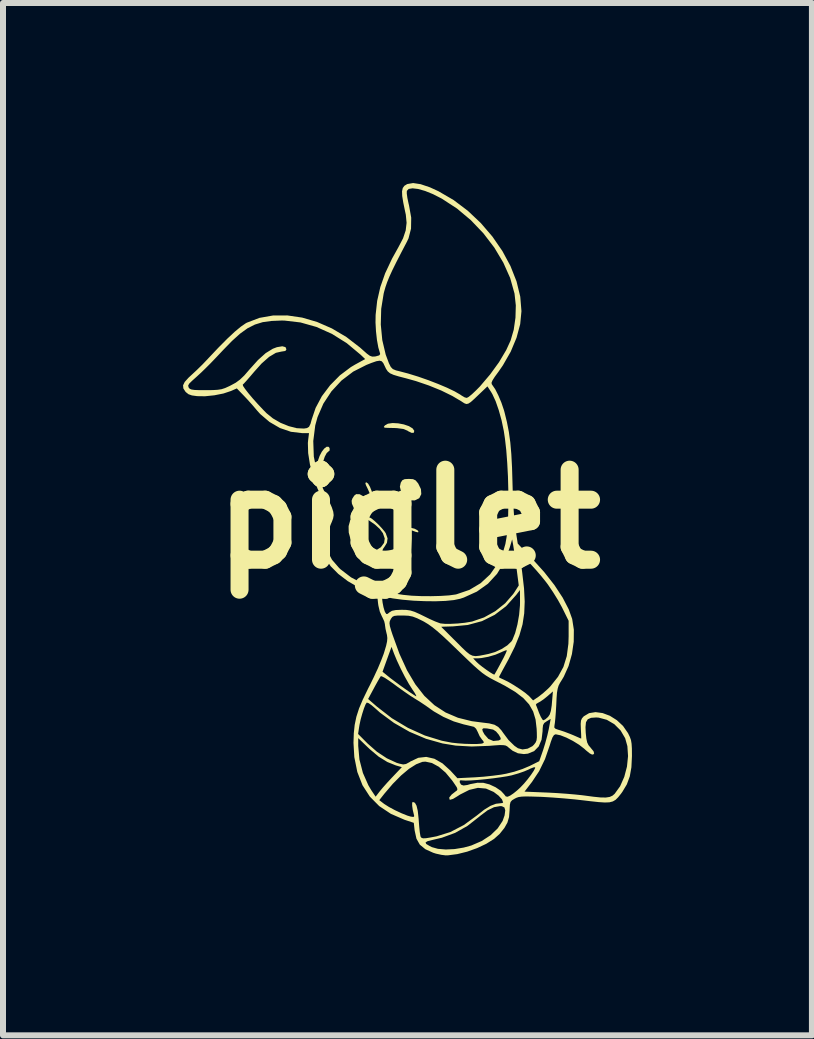
<source format=kicad_pcb>
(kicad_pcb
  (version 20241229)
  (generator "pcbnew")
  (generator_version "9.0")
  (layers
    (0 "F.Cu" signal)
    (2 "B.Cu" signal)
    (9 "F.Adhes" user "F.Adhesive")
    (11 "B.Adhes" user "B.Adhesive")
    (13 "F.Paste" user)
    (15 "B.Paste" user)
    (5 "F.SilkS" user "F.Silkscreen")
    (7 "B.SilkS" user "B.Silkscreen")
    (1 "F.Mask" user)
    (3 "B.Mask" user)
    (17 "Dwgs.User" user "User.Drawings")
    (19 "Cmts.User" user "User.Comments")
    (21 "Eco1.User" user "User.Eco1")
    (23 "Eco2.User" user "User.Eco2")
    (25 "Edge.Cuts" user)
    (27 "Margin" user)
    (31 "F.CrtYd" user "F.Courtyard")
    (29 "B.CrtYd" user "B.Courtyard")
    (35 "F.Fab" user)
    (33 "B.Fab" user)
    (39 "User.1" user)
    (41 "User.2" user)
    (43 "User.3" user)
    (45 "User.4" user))
  (footprint "piglet"
    (layer "F.Cu")
    (at 3.763 5.598)
    (property "Reference" "piglet" (at 0 0 0) (layer "F.SilkS") (effects (font (size 1.5 1.5) (thickness 0.3))))
    (attr board_only exclude_from_pos_files exclude_from_bom)
    (fp_poly (pts (xy -1.337 -1.203) (xy -1.321 -1.181) (xy -1.32 -1.142) (xy -1.333 -1.131) (xy -1.369 -1.099) (xy -1.402 -1.038) (xy -1.425 -0.966) (xy -1.431 -0.919) (xy -1.441 -0.863) (xy -1.465 -0.821) (xy -1.495 -0.806) (xy -1.509 -0.813) (xy -1.52 -0.846) (xy -1.524 -0.901) (xy -1.514 -0.976) (xy -1.487 -1.052) (xy -1.451 -1.121) (xy -1.41 -1.174) (xy -1.37 -1.204)) (stroke (width 0) (type solid)) (fill yes) (layer "F.SilkS"))
    (fp_poly (pts (xy 0.069 -0.664) (xy 0.113 -0.643) (xy 0.153 -0.595) (xy 0.157 -0.589) (xy 0.201 -0.498) (xy 0.207 -0.415) (xy 0.175 -0.35) (xy 0.168 -0.344) (xy 0.099 -0.31) (xy 0.019 -0.311) (xy -0.053 -0.346) (xy -0.065 -0.358) (xy -0.128 -0.448) (xy -0.15 -0.537) (xy -0.135 -0.606) (xy -0.109 -0.646) (xy -0.07 -0.664) (xy -0.003 -0.668) (xy -0.001 -0.668)) (stroke (width 0) (type solid)) (fill yes) (layer "F.SilkS"))
    (fp_poly (pts (xy -0.179 -1.594) (xy -0.084 -1.576) (xy 0.001 -1.547) (xy 0.063 -1.509) (xy 0.09 -1.469) (xy 0.082 -1.437) (xy 0.046 -1.435) (xy -0.012 -1.463) (xy -0.024 -1.472) (xy -0.092 -1.5) (xy -0.197 -1.514) (xy -0.24 -1.516) (xy -0.335 -1.518) (xy -0.39 -1.52) (xy -0.415 -1.527) (xy -0.416 -1.538) (xy -0.401 -1.557) (xy -0.399 -1.56) (xy -0.349 -1.588) (xy -0.272 -1.599)) (stroke (width 0) (type solid)) (fill yes) (layer "F.SilkS"))
    (fp_poly (pts (xy -0.679 -0.589) (xy -0.648 -0.536) (xy -0.619 -0.463) (xy -0.597 -0.385) (xy -0.586 -0.315) (xy -0.586 -0.307) (xy -0.595 -0.23) (xy -0.628 -0.169) (xy -0.658 -0.135) (xy -0.702 -0.086) (xy -0.711 -0.057) (xy -0.699 -0.044) (xy -0.661 -0.026) (xy -0.65 -0.024) (xy -0.62 -0.007) (xy -0.569 0.035) (xy -0.509 0.091) (xy -0.451 0.153) (xy -0.405 0.208) (xy -0.385 0.238) (xy -0.355 0.323) (xy -0.365 0.396) (xy -0.401 0.455) (xy -0.432 0.5) (xy -0.441 0.528) (xy -0.44 0.53) (xy -0.406 0.536) (xy -0.345 0.528) (xy -0.272 0.51) (xy -0.203 0.485) (xy -0.166 0.467) (xy -0.112 0.419) (xy -0.059 0.348) (xy -0.041 0.316) (xy -0.012 0.25) (xy -0.005 0.213) (xy -0.017 0.192) (xy -0.023 0.188) (xy -0.044 0.168) (xy -0.021 0.153) (xy -0.018 0.151) (xy 0.034 0.147) (xy 0.096 0.162) (xy 0.144 0.188) (xy 0.159 0.207) (xy 0.154 0.223) (xy 0.117 0.215) (xy 0.108 0.212) (xy 0.047 0.189) (xy 0.047 0.328) (xy 0.037 0.493) (xy 0.01 0.629) (xy -0.033 0.734) (xy -0.089 0.805) (xy -0.155 0.839) (xy -0.228 0.832) (xy -0.306 0.782) (xy -0.317 0.771) (xy -0.246 0.771) (xy -0.245 0.776) (xy -0.208 0.797) (xy -0.155 0.788) (xy -0.101 0.753) (xy -0.096 0.747) (xy -0.06 0.694) (xy -0.036 0.631) (xy -0.026 0.574) (xy -0.035 0.544) (xy -0.058 0.55) (xy -0.099 0.584) (xy -0.148 0.634) (xy -0.195 0.689) (xy -0.231 0.739) (xy -0.246 0.771) (xy -0.317 0.771) (xy -0.335 0.753) (xy -0.385 0.692) (xy -0.422 0.637) (xy -0.432 0.616) (xy -0.446 0.592) (xy -0.475 0.578) (xy -0.532 0.573) (xy -0.604 0.573) (xy -0.698 0.571) (xy -0.761 0.56) (xy -0.812 0.536) (xy -0.839 0.517) (xy -0.917 0.436) (xy -0.972 0.335) (xy -1.002 0.226) (xy -1.004 0.151) (xy -0.963 0.151) (xy -0.956 0.249) (xy -0.93 0.341) (xy -0.915 0.37) (xy -0.84 0.459) (xy -0.747 0.516) (xy -0.648 0.538) (xy -0.552 0.525) (xy -0.469 0.472) (xy -0.467 0.471) (xy -0.413 0.398) (xy -0.402 0.325) (xy -0.432 0.238) (xy -0.433 0.236) (xy -0.485 0.166) (xy -0.566 0.092) (xy -0.661 0.026) (xy -0.736 -0.012) (xy -0.806 -0.039) (xy -0.852 -0.043) (xy -0.888 -0.025) (xy -0.915 0) (xy -0.949 0.063) (xy -0.963 0.151) (xy -1.004 0.151) (xy -1.004 0.118) (xy -0.978 0.024) (xy -0.931 -0.037) (xy -0.871 -0.089) (xy -0.919 -0.186) (xy -0.949 -0.255) (xy -0.954 -0.304) (xy -0.941 -0.342) (xy -0.909 -0.391) (xy -0.878 -0.414) (xy -0.821 -0.413) (xy -0.759 -0.379) (xy -0.705 -0.319) (xy -0.685 -0.281) (xy -0.662 -0.231) (xy -0.647 -0.22) (xy -0.633 -0.243) (xy -0.632 -0.246) (xy -0.624 -0.322) (xy -0.65 -0.421) (xy -0.683 -0.497) (xy -0.715 -0.563) (xy -0.725 -0.596) (xy -0.717 -0.609) (xy -0.706 -0.61)) (stroke (width 0) (type solid)) (fill yes) (layer "F.SilkS"))
    (fp_poly (pts (xy 0.196 -5.579) (xy 0.35 -5.527) (xy 0.492 -5.462) (xy 0.745 -5.315) (xy 0.982 -5.136) (xy 1.199 -4.931) (xy 1.392 -4.706) (xy 1.558 -4.465) (xy 1.693 -4.215) (xy 1.794 -3.959) (xy 1.856 -3.705) (xy 1.876 -3.463) (xy 1.855 -3.247) (xy 1.794 -3.02) (xy 1.697 -2.788) (xy 1.567 -2.561) (xy 1.494 -2.455) (xy 1.431 -2.369) (xy 1.394 -2.311) (xy 1.378 -2.274) (xy 1.38 -2.249) (xy 1.391 -2.232) (xy 1.439 -2.162) (xy 1.491 -2.059) (xy 1.542 -1.938) (xy 1.585 -1.811) (xy 1.594 -1.778) (xy 1.634 -1.615) (xy 1.666 -1.451) (xy 1.69 -1.277) (xy 1.707 -1.083) (xy 1.719 -0.859) (xy 1.726 -0.622) (xy 1.732 -0.408) (xy 1.742 -0.209) (xy 1.754 -0.034) (xy 1.768 0.107) (xy 1.776 0.164) (xy 1.814 0.41) (xy 2.054 0.661) (xy 2.255 0.884) (xy 2.426 1.102) (xy 2.563 1.311) (xy 2.664 1.506) (xy 2.721 1.665) (xy 2.749 1.845) (xy 2.747 2.045) (xy 2.717 2.251) (xy 2.661 2.45) (xy 2.581 2.628) (xy 2.553 2.675) (xy 2.518 2.731) (xy 2.494 2.778) (xy 2.479 2.829) (xy 2.468 2.894) (xy 2.461 2.985) (xy 2.456 3.096) (xy 2.449 3.213) (xy 2.441 3.317) (xy 2.433 3.396) (xy 2.426 3.44) (xy 2.426 3.44) (xy 2.423 3.474) (xy 2.444 3.496) (xy 2.499 3.515) (xy 2.511 3.518) (xy 2.59 3.544) (xy 2.685 3.58) (xy 2.739 3.602) (xy 2.807 3.632) (xy 2.855 3.653) (xy 2.871 3.659) (xy 2.872 3.637) (xy 2.87 3.581) (xy 2.866 3.502) (xy 2.866 3.5) (xy 2.863 3.413) (xy 2.868 3.359) (xy 2.884 3.322) (xy 2.914 3.288) (xy 3.003 3.235) (xy 3.111 3.218) (xy 3.229 3.234) (xy 3.349 3.279) (xy 3.465 3.352) (xy 3.568 3.448) (xy 3.65 3.566) (xy 3.654 3.573) (xy 3.682 3.631) (xy 3.701 3.684) (xy 3.711 3.744) (xy 3.716 3.825) (xy 3.717 3.938) (xy 3.717 3.952) (xy 3.708 4.137) (xy 3.681 4.289) (xy 3.632 4.422) (xy 3.557 4.547) (xy 3.533 4.58) (xy 3.487 4.637) (xy 3.445 4.679) (xy 3.399 4.706) (xy 3.342 4.721) (xy 3.264 4.724) (xy 3.16 4.717) (xy 3.021 4.702) (xy 2.929 4.691) (xy 2.762 4.672) (xy 2.577 4.655) (xy 2.394 4.641) (xy 2.232 4.631) (xy 2.185 4.629) (xy 2.048 4.625) (xy 1.949 4.623) (xy 1.879 4.626) (xy 1.829 4.633) (xy 1.791 4.646) (xy 1.762 4.661) (xy 1.719 4.687) (xy 1.694 4.716) (xy 1.683 4.761) (xy 1.679 4.835) (xy 1.678 4.856) (xy 1.669 4.967) (xy 1.642 5.059) (xy 1.592 5.148) (xy 1.513 5.247) (xy 1.419 5.331) (xy 1.29 5.412) (xy 1.137 5.484) (xy 0.972 5.543) (xy 0.807 5.584) (xy 0.654 5.604) (xy 0.614 5.605) (xy 0.541 5.596) (xy 0.451 5.576) (xy 0.404 5.561) (xy 0.274 5.502) (xy 0.183 5.427) (xy 0.161 5.389) (xy 0.278 5.389) (xy 0.289 5.415) (xy 0.346 5.449) (xy 0.384 5.468) (xy 0.484 5.496) (xy 0.614 5.507) (xy 0.762 5.5) (xy 0.914 5.475) (xy 1.039 5.441) (xy 1.213 5.366) (xy 1.362 5.269) (xy 1.48 5.155) (xy 1.562 5.031) (xy 1.595 4.938) (xy 1.606 4.855) (xy 1.592 4.807) (xy 1.55 4.786) (xy 1.521 4.784) (xy 1.419 4.802) (xy 1.31 4.855) (xy 1.188 4.947) (xy 1.173 4.96) (xy 0.975 5.115) (xy 0.771 5.23) (xy 0.55 5.311) (xy 0.393 5.348) (xy 0.313 5.368) (xy 0.278 5.389) (xy 0.161 5.389) (xy 0.126 5.326) (xy 0.097 5.194) (xy 0.096 5.188) (xy 0.082 5.063) (xy -0.072 5.012) (xy -0.3 4.913) (xy -0.494 4.784) (xy -0.592 4.685) (xy -0.493 4.685) (xy -0.411 4.748) (xy -0.334 4.797) (xy -0.232 4.852) (xy -0.123 4.903) (xy -0.023 4.943) (xy 0.031 4.959) (xy 0.077 4.965) (xy 0.089 4.951) (xy 0.085 4.932) (xy 0.065 4.849) (xy 0.055 4.778) (xy 0.055 4.729) (xy 0.065 4.714) (xy 0.101 4.729) (xy 0.128 4.778) (xy 0.148 4.863) (xy 0.162 4.99) (xy 0.165 5.029) (xy 0.173 5.133) (xy 0.182 5.22) (xy 0.192 5.279) (xy 0.197 5.297) (xy 0.213 5.314) (xy 0.239 5.321) (xy 0.285 5.319) (xy 0.36 5.307) (xy 0.464 5.287) (xy 0.691 5.216) (xy 0.916 5.099) (xy 1.128 4.944) (xy 1.255 4.844) (xy 1.361 4.779) (xy 1.451 4.745) (xy 1.512 4.738) (xy 1.556 4.733) (xy 1.571 4.724) (xy 1.551 4.672) (xy 1.495 4.61) (xy 1.413 4.548) (xy 1.285 4.492) (xy 1.15 4.48) (xy 1.006 4.514) (xy 0.852 4.592) (xy 0.812 4.618) (xy 0.736 4.664) (xy 0.688 4.678) (xy 0.677 4.673) (xy 0.673 4.64) (xy 0.713 4.591) (xy 0.778 4.54) (xy 0.802 4.522) (xy 0.809 4.502) (xy 0.798 4.47) (xy 0.764 4.419) (xy 0.74 4.384) (xy 0.846 4.384) (xy 0.865 4.42) (xy 0.875 4.429) (xy 0.911 4.441) (xy 0.975 4.432) (xy 1.022 4.418) (xy 1.143 4.395) (xy 1.241 4.396) (xy 1.342 4.422) (xy 1.445 4.47) (xy 1.534 4.53) (xy 1.586 4.586) (xy 1.615 4.623) (xy 1.646 4.628) (xy 1.688 4.609) (xy 1.74 4.574) (xy 1.779 4.543) (xy 1.927 4.543) (xy 2.318 4.559) (xy 2.469 4.567) (xy 2.623 4.578) (xy 2.764 4.59) (xy 2.88 4.602) (xy 2.92 4.607) (xy 3.077 4.628) (xy 3.196 4.64) (xy 3.283 4.641) (xy 3.347 4.631) (xy 3.393 4.61) (xy 3.429 4.579) (xy 3.52 4.453) (xy 3.589 4.297) (xy 3.634 4.126) (xy 3.652 3.951) (xy 3.641 3.785) (xy 3.604 3.653) (xy 3.528 3.524) (xy 3.423 3.419) (xy 3.298 3.346) (xy 3.163 3.31) (xy 3.121 3.307) (xy 3.036 3.313) (xy 2.981 3.337) (xy 2.951 3.386) (xy 2.943 3.468) (xy 2.947 3.562) (xy 2.957 3.658) (xy 2.971 3.723) (xy 2.994 3.77) (xy 3.032 3.815) (xy 3.033 3.817) (xy 3.077 3.87) (xy 3.087 3.905) (xy 3.078 3.92) (xy 3.054 3.926) (xy 3.014 3.906) (xy 2.951 3.855) (xy 2.923 3.829) (xy 2.837 3.762) (xy 2.733 3.698) (xy 2.625 3.643) (xy 2.526 3.604) (xy 2.449 3.588) (xy 2.444 3.588) (xy 2.418 3.6) (xy 2.393 3.639) (xy 2.365 3.714) (xy 2.349 3.767) (xy 2.268 4.002) (xy 2.17 4.203) (xy 2.049 4.385) (xy 2.046 4.388) (xy 1.927 4.543) (xy 1.779 4.543) (xy 1.808 4.519) (xy 1.856 4.475) (xy 1.918 4.41) (xy 1.98 4.336) (xy 2.036 4.262) (xy 2.079 4.198) (xy 2.103 4.152) (xy 2.104 4.136) (xy 2.078 4.139) (xy 2.026 4.159) (xy 1.994 4.175) (xy 1.921 4.206) (xy 1.823 4.24) (xy 1.721 4.269) (xy 1.72 4.27) (xy 1.637 4.287) (xy 1.529 4.304) (xy 1.405 4.321) (xy 1.274 4.336) (xy 1.148 4.348) (xy 1.035 4.356) (xy 0.945 4.359) (xy 0.889 4.356) (xy 0.879 4.354) (xy 0.851 4.356) (xy 0.846 4.384) (xy 0.74 4.384) (xy 0.721 4.357) (xy 0.612 4.226) (xy 0.498 4.128) (xy 0.384 4.066) (xy 0.276 4.043) (xy 0.225 4.047) (xy 0.122 4.087) (xy 0.002 4.163) (xy -0.129 4.273) (xy -0.267 4.412) (xy -0.407 4.576) (xy -0.407 4.576) (xy -0.493 4.685) (xy -0.592 4.685) (xy -0.651 4.625) (xy -0.773 4.436) (xy -0.859 4.216) (xy -0.909 3.968) (xy -0.92 3.781) (xy -0.844 3.781) (xy -0.824 4.007) (xy -0.766 4.231) (xy -0.675 4.437) (xy -0.629 4.515) (xy -0.554 4.627) (xy -0.483 4.535) (xy -0.433 4.475) (xy -0.363 4.396) (xy -0.286 4.313) (xy -0.264 4.29) (xy -0.117 4.135) (xy -0.217 4.106) (xy -0.359 4.049) (xy -0.502 3.961) (xy -0.652 3.835) (xy -0.686 3.803) (xy -0.844 3.651) (xy -0.844 3.781) (xy -0.92 3.781) (xy -0.923 3.729) (xy -0.918 3.582) (xy -0.846 3.582) (xy -0.686 3.743) (xy -0.531 3.879) (xy -0.366 3.988) (xy -0.203 4.063) (xy -0.156 4.077) (xy -0.095 4.09) (xy -0.047 4.082) (xy 0.011 4.051) (xy 0.027 4.04) (xy 0.157 3.979) (xy 0.29 3.964) (xy 0.425 3.995) (xy 0.56 4.072) (xy 0.691 4.191) (xy 0.809 4.319) (xy 1.106 4.304) (xy 1.247 4.294) (xy 1.396 4.278) (xy 1.535 4.26) (xy 1.622 4.244) (xy 1.756 4.211) (xy 1.892 4.166) (xy 2.006 4.118) (xy 2.007 4.118) (xy 2.172 4.036) (xy 2.236 3.853) (xy 2.272 3.737) (xy 2.306 3.611) (xy 2.331 3.501) (xy 2.363 3.331) (xy 2.296 3.371) (xy 2.256 3.399) (xy 2.236 3.434) (xy 2.229 3.492) (xy 2.228 3.536) (xy 2.211 3.677) (xy 2.164 3.789) (xy 2.087 3.868) (xy 1.984 3.91) (xy 1.916 3.917) (xy 1.817 3.904) (xy 1.729 3.862) (xy 1.665 3.811) (xy 1.638 3.788) (xy 1.61 3.774) (xy 1.571 3.768) (xy 1.512 3.767) (xy 1.423 3.773) (xy 1.337 3.78) (xy 1.046 3.791) (xy 0.781 3.776) (xy 0.561 3.74) (xy 0.285 3.662) (xy 0.011 3.546) (xy -0.248 3.398) (xy -0.481 3.226) (xy -0.556 3.159) (xy -0.619 3.105) (xy -0.67 3.069) (xy -0.7 3.059) (xy -0.702 3.059) (xy -0.722 3.09) (xy -0.748 3.155) (xy -0.776 3.242) (xy -0.803 3.338) (xy -0.823 3.431) (xy -0.83 3.474) (xy -0.846 3.582) (xy -0.918 3.582) (xy -0.918 3.572) (xy -0.903 3.431) (xy -0.875 3.296) (xy -0.83 3.156) (xy -0.765 3.002) (xy -0.763 2.999) (xy -0.679 2.999) (xy -0.533 3.126) (xy -0.283 3.32) (xy -0.014 3.481) (xy 0.267 3.608) (xy 0.55 3.695) (xy 0.715 3.727) (xy 0.816 3.738) (xy 0.928 3.746) (xy 1.038 3.749) (xy 1.134 3.749) (xy 1.204 3.744) (xy 1.228 3.739) (xy 1.25 3.724) (xy 1.239 3.699) (xy 1.219 3.676) (xy 1.179 3.619) (xy 1.148 3.55) (xy 1.123 3.501) (xy 1.223 3.501) (xy 1.23 3.536) (xy 1.259 3.589) (xy 1.325 3.664) (xy 1.407 3.699) (xy 1.497 3.69) (xy 1.506 3.686) (xy 1.53 3.672) (xy 1.529 3.649) (xy 1.503 3.603) (xy 1.498 3.594) (xy 1.453 3.541) (xy 1.406 3.51) (xy 1.399 3.508) (xy 1.302 3.49) (xy 1.245 3.487) (xy 1.223 3.501) (xy 1.123 3.501) (xy 1.12 3.495) (xy 1.086 3.464) (xy 1.083 3.463) (xy 1.039 3.452) (xy 0.968 3.435) (xy 0.915 3.423) (xy 0.748 3.373) (xy 0.575 3.297) (xy 0.416 3.206) (xy 0.365 3.17) (xy 0.279 3.109) (xy 0.177 3.041) (xy 0.102 2.995) (xy 0.019 2.942) (xy -0.084 2.871) (xy -0.192 2.794) (xy -0.247 2.753) (xy -0.331 2.693) (xy -0.401 2.647) (xy -0.45 2.622) (xy -0.468 2.619) (xy -0.486 2.647) (xy -0.52 2.706) (xy -0.564 2.785) (xy -0.582 2.819) (xy -0.679 2.999) (xy -0.763 2.999) (xy -0.678 2.823) (xy -0.648 2.765) (xy -0.582 2.63) (xy -0.543 2.545) (xy -0.439 2.545) (xy -0.368 2.603) (xy -0.31 2.65) (xy -0.234 2.707) (xy -0.148 2.771) (xy -0.061 2.833) (xy 0.018 2.888) (xy 0.081 2.93) (xy 0.118 2.953) (xy 0.123 2.955) (xy 0.12 2.938) (xy 0.095 2.894) (xy 0.061 2.844) (xy 0.001 2.75) (xy -0.068 2.627) (xy -0.138 2.49) (xy -0.201 2.355) (xy -0.247 2.244) (xy -0.289 2.13) (xy -0.364 2.337) (xy -0.439 2.545) (xy -0.543 2.545) (xy -0.517 2.49) (xy -0.462 2.358) (xy -0.42 2.248) (xy -0.41 2.216) (xy -0.379 2.112) (xy -0.363 2.039) (xy -0.359 1.984) (xy -0.365 1.933) (xy -0.372 1.905) (xy -0.389 1.831) (xy -0.398 1.769) (xy -0.399 1.756) (xy -0.403 1.737) (xy -0.323 1.737) (xy -0.316 1.786) (xy -0.295 1.859) (xy -0.273 1.926) (xy -0.157 2.246) (xy -0.031 2.521) (xy 0.107 2.754) (xy 0.258 2.947) (xy 0.426 3.103) (xy 0.612 3.224) (xy 0.818 3.312) (xy 1.048 3.369) (xy 1.218 3.391) (xy 1.339 3.406) (xy 1.426 3.428) (xy 1.489 3.465) (xy 1.542 3.522) (xy 1.57 3.562) (xy 1.661 3.684) (xy 1.76 3.78) (xy 1.818 3.82) (xy 1.893 3.84) (xy 1.979 3.827) (xy 2.058 3.786) (xy 2.084 3.761) (xy 2.111 3.726) (xy 2.127 3.689) (xy 2.133 3.638) (xy 2.132 3.56) (xy 2.129 3.496) (xy 2.111 3.341) (xy 2.071 3.208) (xy 2.006 3.094) (xy 2.116 3.094) (xy 2.128 3.122) (xy 2.15 3.179) (xy 2.169 3.231) (xy 2.199 3.298) (xy 2.226 3.343) (xy 2.241 3.354) (xy 2.274 3.338) (xy 2.317 3.3) (xy 2.318 3.3) (xy 2.347 3.258) (xy 2.366 3.198) (xy 2.38 3.108) (xy 2.384 3.059) (xy 2.4 2.873) (xy 2.311 2.951) (xy 2.247 3.003) (xy 2.187 3.044) (xy 2.166 3.055) (xy 2.127 3.078) (xy 2.116 3.094) (xy 2.006 3.094) (xy 2.005 3.091) (xy 1.907 2.984) (xy 1.774 2.882) (xy 1.601 2.779) (xy 1.509 2.731) (xy 1.421 2.686) (xy 1.348 2.647) (xy 1.33 2.636) (xy 1.501 2.636) (xy 1.52 2.649) (xy 1.568 2.671) (xy 1.577 2.675) (xy 1.653 2.712) (xy 1.747 2.767) (xy 1.846 2.831) (xy 1.935 2.894) (xy 2.001 2.949) (xy 2.014 2.963) (xy 2.07 3.023) (xy 2.167 2.957) (xy 2.24 2.899) (xy 2.32 2.827) (xy 2.36 2.786) (xy 2.485 2.629) (xy 2.575 2.465) (xy 2.631 2.285) (xy 2.658 2.08) (xy 2.662 1.956) (xy 2.662 1.696) (xy 2.551 1.472) (xy 2.485 1.352) (xy 2.402 1.218) (xy 2.316 1.091) (xy 2.278 1.041) (xy 2.203 0.948) (xy 2.124 0.856) (xy 2.045 0.769) (xy 1.973 0.694) (xy 1.914 0.637) (xy 1.872 0.603) (xy 1.853 0.597) (xy 1.853 0.6) (xy 1.856 0.631) (xy 1.864 0.699) (xy 1.876 0.793) (xy 1.89 0.904) (xy 1.919 1.157) (xy 1.93 1.376) (xy 1.922 1.573) (xy 1.894 1.756) (xy 1.842 1.938) (xy 1.765 2.128) (xy 1.661 2.337) (xy 1.608 2.434) (xy 1.562 2.518) (xy 1.526 2.586) (xy 1.504 2.628) (xy 1.501 2.636) (xy 1.33 2.636) (xy 1.284 2.608) (xy 1.222 2.564) (xy 1.156 2.509) (xy 1.077 2.439) (xy 0.981 2.348) (xy 0.954 2.322) (xy 1.071 2.322) (xy 1.127 2.381) (xy 1.167 2.418) (xy 1.226 2.465) (xy 1.292 2.513) (xy 1.355 2.556) (xy 1.403 2.585) (xy 1.425 2.593) (xy 1.438 2.571) (xy 1.468 2.518) (xy 1.51 2.441) (xy 1.536 2.392) (xy 1.581 2.307) (xy 1.614 2.238) (xy 1.631 2.196) (xy 1.632 2.187) (xy 1.607 2.191) (xy 1.558 2.211) (xy 1.544 2.218) (xy 1.443 2.261) (xy 1.323 2.296) (xy 1.209 2.317) (xy 1.151 2.322) (xy 1.071 2.322) (xy 0.954 2.322) (xy 0.859 2.231) (xy 0.82 2.193) (xy 0.678 2.056) (xy 0.564 1.949) (xy 0.47 1.866) (xy 0.391 1.802) (xy 0.382 1.796) (xy 0.539 1.796) (xy 0.555 1.813) (xy 0.599 1.856) (xy 0.664 1.921) (xy 0.745 2.002) (xy 0.792 2.048) (xy 0.887 2.144) (xy 0.958 2.211) (xy 1.013 2.255) (xy 1.061 2.278) (xy 1.113 2.285) (xy 1.178 2.278) (xy 1.266 2.261) (xy 1.325 2.249) (xy 1.436 2.217) (xy 1.545 2.167) (xy 1.64 2.106) (xy 1.708 2.041) (xy 1.725 2.015) (xy 1.771 1.901) (xy 1.809 1.756) (xy 1.837 1.597) (xy 1.851 1.44) (xy 1.852 1.386) (xy 1.851 1.184) (xy 1.788 1.266) (xy 1.62 1.453) (xy 1.43 1.597) (xy 1.218 1.702) (xy 0.981 1.766) (xy 0.738 1.789) (xy 0.648 1.792) (xy 0.579 1.794) (xy 0.543 1.796) (xy 0.539 1.796) (xy 0.382 1.796) (xy 0.322 1.753) (xy 0.256 1.713) (xy 0.234 1.701) (xy 0.138 1.654) (xy 0.064 1.626) (xy -0.007 1.612) (xy -0.094 1.608) (xy -0.104 1.608) (xy -0.191 1.609) (xy -0.244 1.615) (xy -0.275 1.631) (xy -0.297 1.66) (xy -0.302 1.669) (xy -0.318 1.702) (xy -0.323 1.737) (xy -0.403 1.737) (xy -0.411 1.704) (xy -0.441 1.639) (xy -0.449 1.624) (xy -0.484 1.545) (xy -0.508 1.443) (xy -0.514 1.402) (xy -0.524 1.303) (xy -0.445 1.303) (xy -0.444 1.344) (xy -0.438 1.393) (xy -0.423 1.47) (xy -0.404 1.534) (xy -0.397 1.551) (xy -0.376 1.583) (xy -0.354 1.581) (xy -0.324 1.556) (xy -0.282 1.53) (xy -0.219 1.517) (xy -0.122 1.513) (xy -0.119 1.513) (xy -0.039 1.515) (xy 0.027 1.525) (xy 0.096 1.547) (xy 0.181 1.585) (xy 0.248 1.618) (xy 0.346 1.666) (xy 0.435 1.706) (xy 0.504 1.732) (xy 0.528 1.74) (xy 0.598 1.747) (xy 0.7 1.747) (xy 0.816 1.741) (xy 0.933 1.729) (xy 1.035 1.712) (xy 1.055 1.708) (xy 1.253 1.64) (xy 1.44 1.536) (xy 1.605 1.404) (xy 1.738 1.251) (xy 1.758 1.222) (xy 1.831 1.107) (xy 1.795 0.829) (xy 1.779 0.708) (xy 1.763 0.593) (xy 1.748 0.499) (xy 1.74 0.446) (xy 1.721 0.34) (xy 1.679 0.481) (xy 1.59 0.715) (xy 1.469 0.914) (xy 1.317 1.079) (xy 1.133 1.21) (xy 0.915 1.309) (xy 0.855 1.329) (xy 0.75 1.351) (xy 0.609 1.365) (xy 0.442 1.371) (xy 0.261 1.369) (xy 0.075 1.361) (xy -0.106 1.345) (xy -0.27 1.323) (xy -0.397 1.297) (xy -0.43 1.291) (xy -0.445 1.303) (xy -0.524 1.303) (xy -0.528 1.263) (xy -0.649 1.22) (xy -0.841 1.138) (xy -1.019 1.035) (xy -1.176 0.915) (xy -1.303 0.787) (xy -1.392 0.655) (xy -1.394 0.651) (xy -1.446 0.496) (xy -1.452 0.332) (xy -1.413 0.161) (xy -1.395 0.117) (xy -1.364 0.034) (xy -1.343 -0.041) (xy -1.337 -0.082) (xy -1.348 -0.131) (xy -1.377 -0.206) (xy -1.419 -0.292) (xy -1.431 -0.314) (xy -1.521 -0.503) (xy -1.595 -0.704) (xy -1.648 -0.906) (xy -1.678 -1.097) (xy -1.683 -1.267) (xy -1.68 -1.299) (xy -1.593 -1.299) (xy -1.584 -1.04) (xy -1.531 -0.779) (xy -1.433 -0.512) (xy -1.386 -0.41) (xy -1.324 -0.285) (xy -1.283 -0.192) (xy -1.26 -0.121) (xy -1.253 -0.064) (xy -1.262 -0.01) (xy -1.284 0.049) (xy -1.301 0.087) (xy -1.361 0.252) (xy -1.378 0.403) (xy -1.352 0.544) (xy -1.281 0.679) (xy -1.165 0.813) (xy -1.14 0.837) (xy -0.964 0.972) (xy -0.751 1.086) (xy -0.507 1.177) (xy -0.239 1.242) (xy -0.094 1.264) (xy 0.046 1.278) (xy 0.205 1.285) (xy 0.37 1.286) (xy 0.529 1.282) (xy 0.669 1.273) (xy 0.778 1.258) (xy 0.795 1.254) (xy 1.009 1.181) (xy 1.195 1.07) (xy 1.353 0.924) (xy 1.48 0.744) (xy 1.574 0.533) (xy 1.608 0.417) (xy 1.629 0.297) (xy 1.644 0.139) (xy 1.654 -0.049) (xy 1.658 -0.258) (xy 1.657 -0.481) (xy 1.651 -0.709) (xy 1.639 -0.933) (xy 1.623 -1.146) (xy 1.601 -1.339) (xy 1.582 -1.466) (xy 1.545 -1.643) (xy 1.498 -1.812) (xy 1.446 -1.962) (xy 1.391 -2.081) (xy 1.368 -2.12) (xy 1.309 -2.21) (xy 1.176 -2.083) (xy 1.091 -2.002) (xy 1.032 -1.949) (xy 0.99 -1.922) (xy 0.957 -1.916) (xy 0.925 -1.928) (xy 0.884 -1.954) (xy 0.876 -1.96) (xy 0.724 -2.05) (xy 0.539 -2.141) (xy 0.332 -2.225) (xy 0.118 -2.298) (xy -0.047 -2.344) (xy -0.17 -2.376) (xy -0.256 -2.402) (xy -0.314 -2.428) (xy -0.352 -2.46) (xy -0.38 -2.501) (xy -0.401 -2.545) (xy -0.426 -2.597) (xy -0.452 -2.628) (xy -0.487 -2.638) (xy -0.542 -2.629) (xy -0.623 -2.601) (xy -0.708 -2.567) (xy -0.927 -2.456) (xy -1.123 -2.307) (xy -1.29 -2.127) (xy -1.425 -1.922) (xy -1.522 -1.698) (xy -1.56 -1.56) (xy -1.593 -1.299) (xy -1.68 -1.299) (xy -1.678 -1.319) (xy -1.664 -1.431) (xy -1.78 -1.431) (xy -1.965 -1.453) (xy -2.149 -1.516) (xy -2.322 -1.617) (xy -2.476 -1.748) (xy -2.524 -1.801) (xy -2.601 -1.892) (xy -2.688 -1.989) (xy -2.751 -2.056) (xy -2.867 -2.176) (xy -2.964 -2.133) (xy -3.09 -2.091) (xy -3.242 -2.061) (xy -3.398 -2.045) (xy -3.527 -2.047) (xy -3.615 -2.059) (xy -3.672 -2.079) (xy -3.715 -2.113) (xy -3.724 -2.123) (xy -3.758 -2.176) (xy -3.762 -2.222) (xy -3.678 -2.222) (xy -3.669 -2.19) (xy -3.668 -2.188) (xy -3.65 -2.169) (xy -3.62 -2.157) (xy -3.569 -2.15) (xy -3.487 -2.147) (xy -3.384 -2.147) (xy -3.268 -2.148) (xy -3.185 -2.153) (xy -3.121 -2.163) (xy -3.062 -2.182) (xy -2.994 -2.213) (xy -2.97 -2.225) (xy -2.885 -2.271) (xy -2.813 -2.324) (xy -2.742 -2.392) (xy -2.658 -2.489) (xy -2.658 -2.489) (xy -2.515 -2.648) (xy -2.386 -2.764) (xy -2.267 -2.837) (xy -2.199 -2.863) (xy -2.109 -2.878) (xy -2.056 -2.864) (xy -2.04 -2.827) (xy -2.058 -2.8) (xy -2.115 -2.791) (xy -2.118 -2.791) (xy -2.216 -2.769) (xy -2.328 -2.702) (xy -2.454 -2.591) (xy -2.576 -2.455) (xy -2.646 -2.373) (xy -2.706 -2.304) (xy -2.749 -2.257) (xy -2.768 -2.24) (xy -2.763 -2.217) (xy -2.73 -2.168) (xy -2.675 -2.097) (xy -2.603 -2.011) (xy -2.518 -1.916) (xy -2.427 -1.819) (xy -2.371 -1.762) (xy -2.265 -1.676) (xy -2.137 -1.602) (xy -2.001 -1.547) (xy -1.868 -1.513) (xy -1.749 -1.507) (xy -1.698 -1.515) (xy -1.664 -1.536) (xy -1.639 -1.586) (xy -1.62 -1.656) (xy -1.554 -1.851) (xy -1.45 -2.046) (xy -1.312 -2.229) (xy -1.149 -2.394) (xy -0.967 -2.531) (xy -0.898 -2.572) (xy -0.728 -2.665) (xy -0.804 -2.737) (xy -1.034 -2.929) (xy -1.281 -3.084) (xy -1.54 -3.2) (xy -1.806 -3.275) (xy -2.071 -3.306) (xy -2.12 -3.307) (xy -2.289 -3.3) (xy -2.435 -3.28) (xy -2.565 -3.24) (xy -2.688 -3.178) (xy -2.813 -3.088) (xy -2.947 -2.967) (xy -3.093 -2.817) (xy -3.211 -2.692) (xy -3.306 -2.593) (xy -3.386 -2.513) (xy -3.459 -2.442) (xy -3.534 -2.373) (xy -3.612 -2.303) (xy -3.661 -2.255) (xy -3.678 -2.222) (xy -3.762 -2.222) (xy -3.763 -2.227) (xy -3.735 -2.284) (xy -3.672 -2.354) (xy -3.618 -2.404) (xy -3.536 -2.48) (xy -3.441 -2.573) (xy -3.354 -2.664) (xy -3.345 -2.674) (xy -3.172 -2.857) (xy -3.025 -3.005) (xy -2.902 -3.12) (xy -2.801 -3.204) (xy -2.72 -3.26) (xy -2.7 -3.271) (xy -2.491 -3.351) (xy -2.264 -3.391) (xy -2.025 -3.392) (xy -1.778 -3.356) (xy -1.529 -3.283) (xy -1.282 -3.175) (xy -1.042 -3.033) (xy -0.815 -2.858) (xy -0.769 -2.817) (xy -0.699 -2.755) (xy -0.651 -2.72) (xy -0.612 -2.706) (xy -0.571 -2.707) (xy -0.551 -2.71) (xy -0.495 -2.726) (xy -0.478 -2.748) (xy -0.482 -2.765) (xy -0.509 -2.858) (xy -0.532 -2.984) (xy -0.548 -3.128) (xy -0.554 -3.24) (xy -0.468 -3.24) (xy -0.443 -2.981) (xy -0.386 -2.739) (xy -0.332 -2.594) (xy -0.301 -2.533) (xy -0.267 -2.498) (xy -0.214 -2.476) (xy -0.161 -2.463) (xy -0.009 -2.423) (xy 0.156 -2.372) (xy 0.325 -2.313) (xy 0.488 -2.25) (xy 0.637 -2.187) (xy 0.762 -2.127) (xy 0.854 -2.074) (xy 0.88 -2.056) (xy 0.931 -2.026) (xy 0.965 -2.018) (xy 0.996 -2.034) (xy 1.05 -2.078) (xy 1.119 -2.143) (xy 1.185 -2.21) (xy 1.354 -2.409) (xy 1.502 -2.613) (xy 1.622 -2.815) (xy 1.695 -2.974) (xy 1.747 -3.152) (xy 1.776 -3.353) (xy 1.782 -3.559) (xy 1.761 -3.751) (xy 1.76 -3.758) (xy 1.688 -4.015) (xy 1.574 -4.271) (xy 1.424 -4.522) (xy 1.242 -4.76) (xy 1.033 -4.979) (xy 0.802 -5.173) (xy 0.553 -5.335) (xy 0.543 -5.341) (xy 0.402 -5.413) (xy 0.271 -5.466) (xy 0.155 -5.499) (xy 0.062 -5.51) (xy -0.003 -5.5) (xy -0.034 -5.467) (xy -0.035 -5.425) (xy -0.025 -5.351) (xy -0.006 -5.26) (xy 0.002 -5.228) (xy 0.039 -5.021) (xy 0.036 -4.838) (xy -0.006 -4.676) (xy -0.03 -4.625) (xy -0.131 -4.432) (xy -0.212 -4.274) (xy -0.276 -4.144) (xy -0.325 -4.037) (xy -0.362 -3.946) (xy -0.39 -3.865) (xy -0.412 -3.788) (xy -0.42 -3.756) (xy -0.461 -3.502) (xy -0.468 -3.24) (xy -0.554 -3.24) (xy -0.556 -3.274) (xy -0.554 -3.401) (xy -0.528 -3.636) (xy -0.476 -3.864) (xy -0.395 -4.095) (xy -0.281 -4.337) (xy -0.175 -4.528) (xy -0.097 -4.677) (xy -0.053 -4.808) (xy -0.038 -4.935) (xy -0.051 -5.071) (xy -0.062 -5.121) (xy -0.093 -5.27) (xy -0.111 -5.381) (xy -0.114 -5.46) (xy -0.102 -5.515) (xy -0.075 -5.552) (xy -0.031 -5.579) (xy -0.022 -5.582) (xy 0.071 -5.598)) (stroke (width 0) (type solid)) (fill yes) (layer "F.SilkS")))
  (gr_rect
    (start -3 -3)
    (end 10.479 14.202)
    (stroke (width 0.1) (type default))
    (fill no)
    (layer "Edge.Cuts")))
</source>
